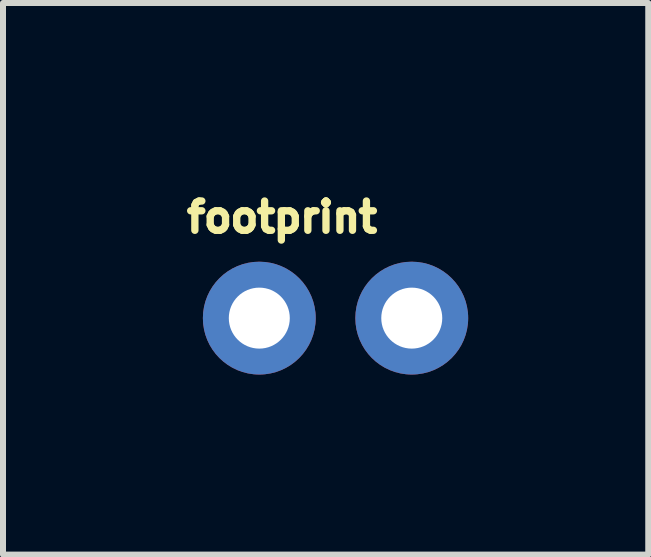
<source format=kicad_pcb>
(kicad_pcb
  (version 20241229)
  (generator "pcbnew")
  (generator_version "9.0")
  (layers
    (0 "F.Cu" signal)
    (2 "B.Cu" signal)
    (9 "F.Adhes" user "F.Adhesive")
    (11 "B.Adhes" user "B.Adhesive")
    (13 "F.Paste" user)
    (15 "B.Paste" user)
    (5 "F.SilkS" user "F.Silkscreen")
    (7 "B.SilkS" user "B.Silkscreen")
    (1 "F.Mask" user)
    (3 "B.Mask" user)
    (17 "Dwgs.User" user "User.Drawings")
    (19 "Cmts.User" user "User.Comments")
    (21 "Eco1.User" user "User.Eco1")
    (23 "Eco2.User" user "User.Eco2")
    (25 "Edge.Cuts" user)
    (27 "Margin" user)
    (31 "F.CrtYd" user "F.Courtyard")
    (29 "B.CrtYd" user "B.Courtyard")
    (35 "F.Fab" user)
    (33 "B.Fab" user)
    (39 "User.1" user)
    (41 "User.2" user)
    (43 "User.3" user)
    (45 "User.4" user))
  (footprint "footprint"
    (layer "F.Cu")
    (at 1.27 2.25)
    (property "Reference" "footprint" (at -1.27 -1.397 0) (layer "F.SilkS") (effects (font (size 0.488 0.488) (thickness 0.122)) (justify left bottom)))
    (fp_poly (pts (xy -0.254 0.254) (xy 0.254 0.254) (xy 0.254 -0.254) (xy -0.254 -0.254)) (stroke (width 0.1) (type solid)) (fill no) (layer "F.Fab"))
    (fp_poly (pts (xy 2.286 0.254) (xy 2.794 0.254) (xy 2.794 -0.254) (xy 2.286 -0.254)) (stroke (width 0.1) (type solid)) (fill no) (layer "F.Fab"))
    (pad "1" thru_hole circle (at 0 0 90) (size 1.88 1.88) (drill 1.016) (layers "*.Cu" "*.Mask"))
    (pad "2" thru_hole circle (at 2.54 0 90) (size 1.88 1.88) (drill 1.016) (layers "*.Cu" "*.Mask")))
  (gr_rect
    (start -3 -3)
    (end 7.75 6.19)
    (stroke (width 0.1) (type default))
    (fill no)
    (layer "Edge.Cuts")))
</source>
